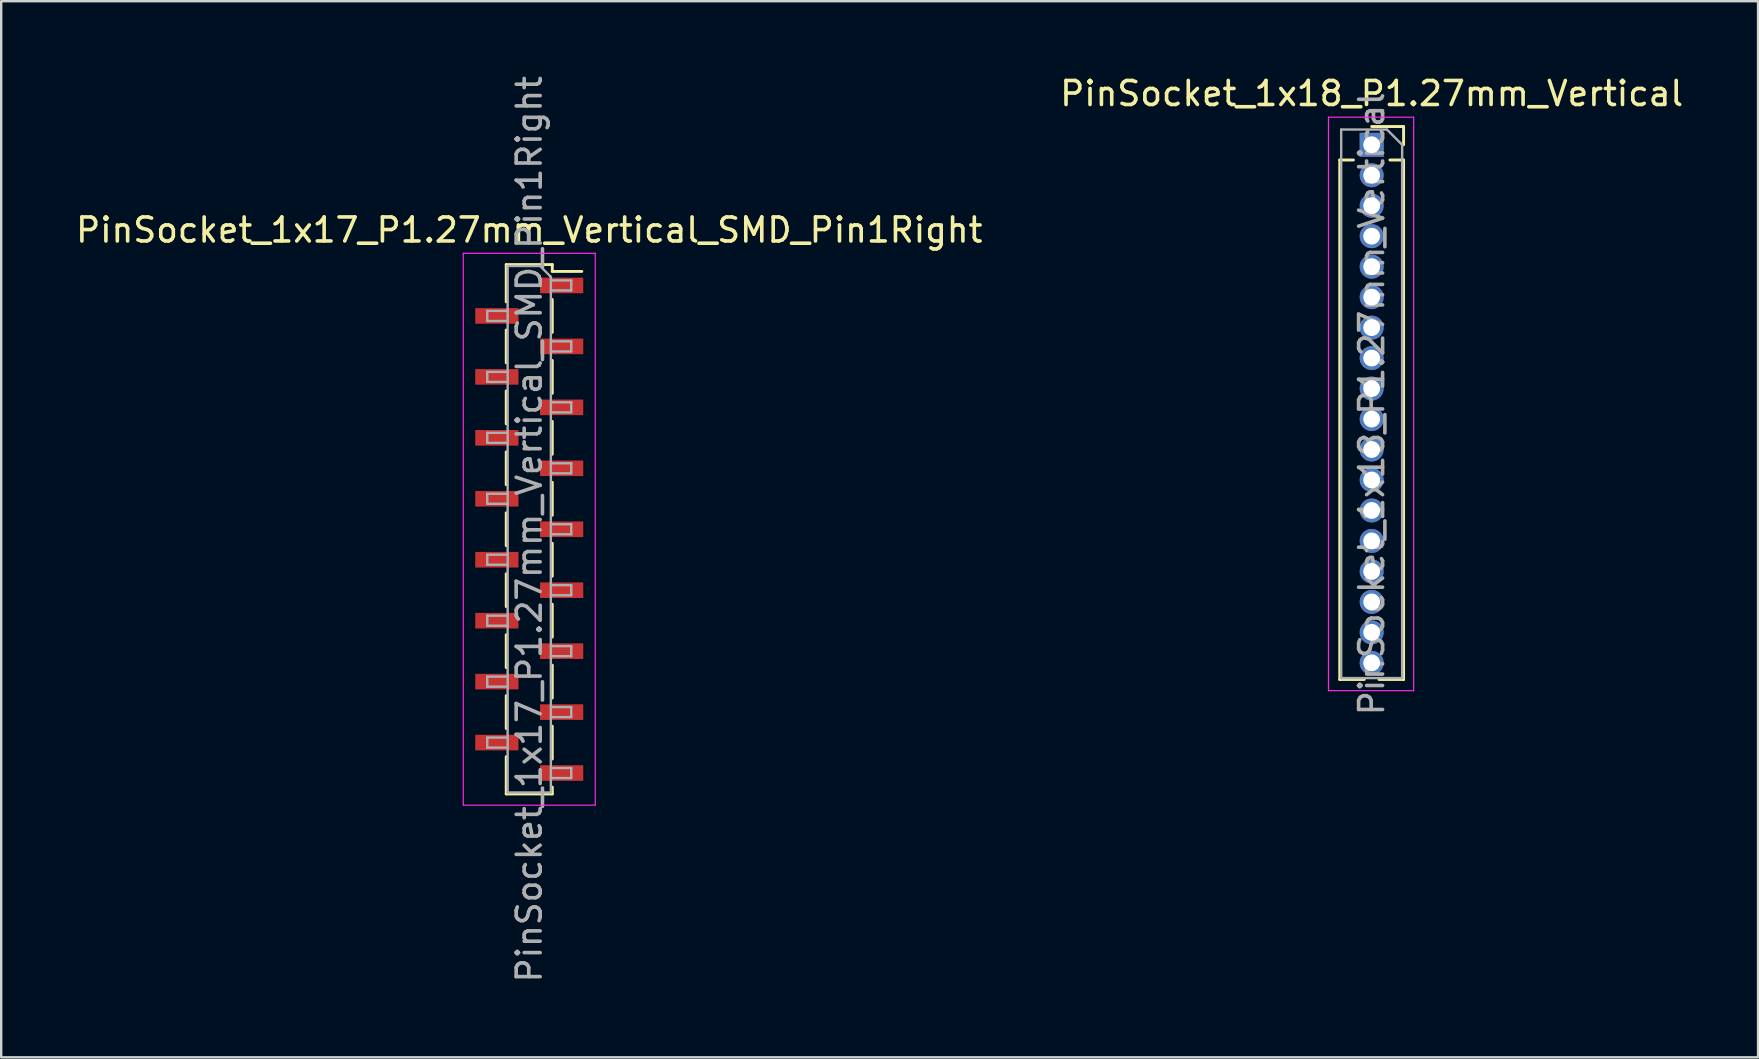
<source format=kicad_pcb>
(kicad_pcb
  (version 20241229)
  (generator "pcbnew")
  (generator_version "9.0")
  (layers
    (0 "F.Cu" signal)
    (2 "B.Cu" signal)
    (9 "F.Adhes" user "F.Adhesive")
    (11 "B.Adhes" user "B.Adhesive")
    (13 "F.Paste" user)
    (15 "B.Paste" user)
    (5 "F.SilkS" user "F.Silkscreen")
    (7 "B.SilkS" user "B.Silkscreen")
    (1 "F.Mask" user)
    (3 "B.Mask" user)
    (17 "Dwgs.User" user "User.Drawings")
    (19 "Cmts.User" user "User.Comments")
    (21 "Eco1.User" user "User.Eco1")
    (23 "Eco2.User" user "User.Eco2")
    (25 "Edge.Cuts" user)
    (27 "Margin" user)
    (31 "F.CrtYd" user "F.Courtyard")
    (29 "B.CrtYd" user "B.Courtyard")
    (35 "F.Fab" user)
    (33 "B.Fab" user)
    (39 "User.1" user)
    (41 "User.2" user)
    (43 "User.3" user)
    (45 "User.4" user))
  (footprint "PinSocket_1x18_P1.27mm_Vertical"
    (layer "F.Cu")
    (at 54.113 2.983)
    (property "Reference" "PinSocket_1x18_P1.27mm_Vertical" (at 0 -2.135 0) (layer "F.SilkS") (effects (font (size 1 1) (thickness 0.15))))
    (attr through_hole)
    (fp_line (start -1.33 0.635) (end -1.33 22.285) (stroke (width 0.12) (type solid)) (layer "F.SilkS"))
    (fp_line (start -1.33 0.635) (end -0.76 0.635) (stroke (width 0.12) (type solid)) (layer "F.SilkS"))
    (fp_line (start -1.33 22.285) (end -0.308 22.285) (stroke (width 0.12) (type solid)) (layer "F.SilkS"))
    (fp_line (start 0 -0.76) (end 1.33 -0.76) (stroke (width 0.12) (type solid)) (layer "F.SilkS"))
    (fp_line (start 0.308 22.285) (end 1.33 22.285) (stroke (width 0.12) (type solid)) (layer "F.SilkS"))
    (fp_line (start 0.76 0.635) (end 1.33 0.635) (stroke (width 0.12) (type solid)) (layer "F.SilkS"))
    (fp_line (start 1.33 -0.76) (end 1.33 0) (stroke (width 0.12) (type solid)) (layer "F.SilkS"))
    (fp_line (start 1.33 0.635) (end 1.33 22.285) (stroke (width 0.12) (type solid)) (layer "F.SilkS"))
    (fp_line (start -1.8 -1.15) (end 1.75 -1.15) (stroke (width 0.05) (type solid)) (layer "F.CrtYd"))
    (fp_line (start -1.8 22.75) (end -1.8 -1.15) (stroke (width 0.05) (type solid)) (layer "F.CrtYd"))
    (fp_line (start 1.75 -1.15) (end 1.75 22.75) (stroke (width 0.05) (type solid)) (layer "F.CrtYd"))
    (fp_line (start 1.75 22.75) (end -1.8 22.75) (stroke (width 0.05) (type solid)) (layer "F.CrtYd"))
    (fp_line (start -1.27 -0.635) (end 0.635 -0.635) (stroke (width 0.1) (type solid)) (layer "F.Fab"))
    (fp_line (start -1.27 22.225) (end -1.27 -0.635) (stroke (width 0.1) (type solid)) (layer "F.Fab"))
    (fp_line (start 0.635 -0.635) (end 1.27 0) (stroke (width 0.1) (type solid)) (layer "F.Fab"))
    (fp_line (start 1.27 0) (end 1.27 22.225) (stroke (width 0.1) (type solid)) (layer "F.Fab"))
    (fp_line (start 1.27 22.225) (end -1.27 22.225) (stroke (width 0.1) (type solid)) (layer "F.Fab"))
    (fp_text user "${REFERENCE}" (at 0 10.795 90) (layer "F.Fab") (effects (font (size 1 1) (thickness 0.15))))
    (pad "1" thru_hole rect (at 0 0) (size 1 1) (drill 0.7) (layers "*.Cu" "*.Mask"))
    (pad "2" thru_hole circle (at 0 1.27) (size 1 1) (drill 0.7) (layers "*.Cu" "*.Mask"))
    (pad "3" thru_hole circle (at 0 2.54) (size 1 1) (drill 0.7) (layers "*.Cu" "*.Mask"))
    (pad "4" thru_hole circle (at 0 3.81) (size 1 1) (drill 0.7) (layers "*.Cu" "*.Mask"))
    (pad "5" thru_hole circle (at 0 5.08) (size 1 1) (drill 0.7) (layers "*.Cu" "*.Mask"))
    (pad "6" thru_hole circle (at 0 6.35) (size 1 1) (drill 0.7) (layers "*.Cu" "*.Mask"))
    (pad "7" thru_hole circle (at 0 7.62) (size 1 1) (drill 0.7) (layers "*.Cu" "*.Mask"))
    (pad "8" thru_hole circle (at 0 8.89) (size 1 1) (drill 0.7) (layers "*.Cu" "*.Mask"))
    (pad "9" thru_hole circle (at 0 10.16) (size 1 1) (drill 0.7) (layers "*.Cu" "*.Mask"))
    (pad "10" thru_hole circle (at 0 11.43) (size 1 1) (drill 0.7) (layers "*.Cu" "*.Mask"))
    (pad "11" thru_hole circle (at 0 12.7) (size 1 1) (drill 0.7) (layers "*.Cu" "*.Mask"))
    (pad "12" thru_hole circle (at 0 13.97) (size 1 1) (drill 0.7) (layers "*.Cu" "*.Mask"))
    (pad "13" thru_hole circle (at 0 15.24) (size 1 1) (drill 0.7) (layers "*.Cu" "*.Mask"))
    (pad "14" thru_hole circle (at 0 16.51) (size 1 1) (drill 0.7) (layers "*.Cu" "*.Mask"))
    (pad "15" thru_hole circle (at 0 17.78) (size 1 1) (drill 0.7) (layers "*.Cu" "*.Mask"))
    (pad "16" thru_hole circle (at 0 19.05) (size 1 1) (drill 0.7) (layers "*.Cu" "*.Mask"))
    (pad "17" thru_hole circle (at 0 20.32) (size 1 1) (drill 0.7) (layers "*.Cu" "*.Mask"))
    (pad "18" thru_hole circle (at 0 21.59) (size 1 1) (drill 0.7) (layers "*.Cu" "*.Mask")))
  (footprint "PinSocket_1x17_P1.27mm_Vertical_SMD_Pin1Right"
    (layer "F.Cu")
    (at 19.006 19.006)
    (property "Reference" "PinSocket_1x17_P1.27mm_Vertical_SMD_Pin1Right" (at 0 -12.47 0) (layer "F.SilkS") (effects (font (size 1 1) (thickness 0.15))))
    (attr smd)
    (fp_line (start -0.96 -11.03) (end -0.96 -9.475) (stroke (width 0.12) (type solid)) (layer "F.SilkS"))
    (fp_line (start -0.96 -11.03) (end 0.96 -11.03) (stroke (width 0.12) (type solid)) (layer "F.SilkS"))
    (fp_line (start -0.96 -8.305) (end -0.96 -6.935) (stroke (width 0.12) (type solid)) (layer "F.SilkS"))
    (fp_line (start -0.96 -5.765) (end -0.96 -4.395) (stroke (width 0.12) (type solid)) (layer "F.SilkS"))
    (fp_line (start -0.96 -3.225) (end -0.96 -1.855) (stroke (width 0.12) (type solid)) (layer "F.SilkS"))
    (fp_line (start -0.96 -0.685) (end -0.96 0.685) (stroke (width 0.12) (type solid)) (layer "F.SilkS"))
    (fp_line (start -0.96 1.855) (end -0.96 3.225) (stroke (width 0.12) (type solid)) (layer "F.SilkS"))
    (fp_line (start -0.96 4.395) (end -0.96 5.765) (stroke (width 0.12) (type solid)) (layer "F.SilkS"))
    (fp_line (start -0.96 6.935) (end -0.96 8.305) (stroke (width 0.12) (type solid)) (layer "F.SilkS"))
    (fp_line (start -0.96 9.475) (end -0.96 11.03) (stroke (width 0.12) (type solid)) (layer "F.SilkS"))
    (fp_line (start -0.96 11.03) (end 0.96 11.03) (stroke (width 0.12) (type solid)) (layer "F.SilkS"))
    (fp_line (start 0.96 -11.03) (end 0.96 -10.745) (stroke (width 0.12) (type solid)) (layer "F.SilkS"))
    (fp_line (start 0.96 -10.745) (end 2.19 -10.745) (stroke (width 0.12) (type solid)) (layer "F.SilkS"))
    (fp_line (start 0.96 -9.575) (end 0.96 -8.205) (stroke (width 0.12) (type solid)) (layer "F.SilkS"))
    (fp_line (start 0.96 -7.035) (end 0.96 -5.665) (stroke (width 0.12) (type solid)) (layer "F.SilkS"))
    (fp_line (start 0.96 -4.495) (end 0.96 -3.125) (stroke (width 0.12) (type solid)) (layer "F.SilkS"))
    (fp_line (start 0.96 -1.955) (end 0.96 -0.585) (stroke (width 0.12) (type solid)) (layer "F.SilkS"))
    (fp_line (start 0.96 0.585) (end 0.96 1.955) (stroke (width 0.12) (type solid)) (layer "F.SilkS"))
    (fp_line (start 0.96 3.125) (end 0.96 4.495) (stroke (width 0.12) (type solid)) (layer "F.SilkS"))
    (fp_line (start 0.96 5.665) (end 0.96 7.035) (stroke (width 0.12) (type solid)) (layer "F.SilkS"))
    (fp_line (start 0.96 8.205) (end 0.96 9.575) (stroke (width 0.12) (type solid)) (layer "F.SilkS"))
    (fp_line (start 0.96 10.745) (end 0.96 11.03) (stroke (width 0.12) (type solid)) (layer "F.SilkS"))
    (fp_line (start -2.75 -11.5) (end 2.75 -11.5) (stroke (width 0.05) (type solid)) (layer "F.CrtYd"))
    (fp_line (start -2.75 11.5) (end -2.75 -11.5) (stroke (width 0.05) (type solid)) (layer "F.CrtYd"))
    (fp_line (start 2.75 -11.5) (end 2.75 11.5) (stroke (width 0.05) (type solid)) (layer "F.CrtYd"))
    (fp_line (start 2.75 11.5) (end -2.75 11.5) (stroke (width 0.05) (type solid)) (layer "F.CrtYd"))
    (fp_line (start -1.75 -9.1) (end -0.9 -9.1) (stroke (width 0.1) (type solid)) (layer "F.Fab"))
    (fp_line (start -1.75 -8.68) (end -1.75 -9.1) (stroke (width 0.1) (type solid)) (layer "F.Fab"))
    (fp_line (start -1.75 -6.56) (end -0.9 -6.56) (stroke (width 0.1) (type solid)) (layer "F.Fab"))
    (fp_line (start -1.75 -6.14) (end -1.75 -6.56) (stroke (width 0.1) (type solid)) (layer "F.Fab"))
    (fp_line (start -1.75 -4.02) (end -0.9 -4.02) (stroke (width 0.1) (type solid)) (layer "F.Fab"))
    (fp_line (start -1.75 -3.6) (end -1.75 -4.02) (stroke (width 0.1) (type solid)) (layer "F.Fab"))
    (fp_line (start -1.75 -1.48) (end -0.9 -1.48) (stroke (width 0.1) (type solid)) (layer "F.Fab"))
    (fp_line (start -1.75 -1.06) (end -1.75 -1.48) (stroke (width 0.1) (type solid)) (layer "F.Fab"))
    (fp_line (start -1.75 1.06) (end -0.9 1.06) (stroke (width 0.1) (type solid)) (layer "F.Fab"))
    (fp_line (start -1.75 1.48) (end -1.75 1.06) (stroke (width 0.1) (type solid)) (layer "F.Fab"))
    (fp_line (start -1.75 3.6) (end -0.9 3.6) (stroke (width 0.1) (type solid)) (layer "F.Fab"))
    (fp_line (start -1.75 4.02) (end -1.75 3.6) (stroke (width 0.1) (type solid)) (layer "F.Fab"))
    (fp_line (start -1.75 6.14) (end -0.9 6.14) (stroke (width 0.1) (type solid)) (layer "F.Fab"))
    (fp_line (start -1.75 6.56) (end -1.75 6.14) (stroke (width 0.1) (type solid)) (layer "F.Fab"))
    (fp_line (start -1.75 8.68) (end -0.9 8.68) (stroke (width 0.1) (type solid)) (layer "F.Fab"))
    (fp_line (start -1.75 9.1) (end -1.75 8.68) (stroke (width 0.1) (type solid)) (layer "F.Fab"))
    (fp_line (start -0.9 -10.97) (end 0.45 -10.97) (stroke (width 0.1) (type solid)) (layer "F.Fab"))
    (fp_line (start -0.9 -8.68) (end -1.75 -8.68) (stroke (width 0.1) (type solid)) (layer "F.Fab"))
    (fp_line (start -0.9 -6.14) (end -1.75 -6.14) (stroke (width 0.1) (type solid)) (layer "F.Fab"))
    (fp_line (start -0.9 -3.6) (end -1.75 -3.6) (stroke (width 0.1) (type solid)) (layer "F.Fab"))
    (fp_line (start -0.9 -1.06) (end -1.75 -1.06) (stroke (width 0.1) (type solid)) (layer "F.Fab"))
    (fp_line (start -0.9 1.48) (end -1.75 1.48) (stroke (width 0.1) (type solid)) (layer "F.Fab"))
    (fp_line (start -0.9 4.02) (end -1.75 4.02) (stroke (width 0.1) (type solid)) (layer "F.Fab"))
    (fp_line (start -0.9 6.56) (end -1.75 6.56) (stroke (width 0.1) (type solid)) (layer "F.Fab"))
    (fp_line (start -0.9 9.1) (end -1.75 9.1) (stroke (width 0.1) (type solid)) (layer "F.Fab"))
    (fp_line (start -0.9 10.97) (end -0.9 -10.97) (stroke (width 0.1) (type solid)) (layer "F.Fab"))
    (fp_line (start 0.45 -10.97) (end 0.9 -10.52) (stroke (width 0.1) (type solid)) (layer "F.Fab"))
    (fp_line (start 0.9 -10.52) (end 0.9 10.97) (stroke (width 0.1) (type solid)) (layer "F.Fab"))
    (fp_line (start 0.9 -10.37) (end 1.75 -10.37) (stroke (width 0.1) (type solid)) (layer "F.Fab"))
    (fp_line (start 0.9 -7.83) (end 1.75 -7.83) (stroke (width 0.1) (type solid)) (layer "F.Fab"))
    (fp_line (start 0.9 -5.29) (end 1.75 -5.29) (stroke (width 0.1) (type solid)) (layer "F.Fab"))
    (fp_line (start 0.9 -2.75) (end 1.75 -2.75) (stroke (width 0.1) (type solid)) (layer "F.Fab"))
    (fp_line (start 0.9 -0.21) (end 1.75 -0.21) (stroke (width 0.1) (type solid)) (layer "F.Fab"))
    (fp_line (start 0.9 2.33) (end 1.75 2.33) (stroke (width 0.1) (type solid)) (layer "F.Fab"))
    (fp_line (start 0.9 4.87) (end 1.75 4.87) (stroke (width 0.1) (type solid)) (layer "F.Fab"))
    (fp_line (start 0.9 7.41) (end 1.75 7.41) (stroke (width 0.1) (type solid)) (layer "F.Fab"))
    (fp_line (start 0.9 9.95) (end 1.75 9.95) (stroke (width 0.1) (type solid)) (layer "F.Fab"))
    (fp_line (start 0.9 10.97) (end -0.9 10.97) (stroke (width 0.1) (type solid)) (layer "F.Fab"))
    (fp_line (start 1.75 -10.37) (end 1.75 -9.95) (stroke (width 0.1) (type solid)) (layer "F.Fab"))
    (fp_line (start 1.75 -9.95) (end 0.9 -9.95) (stroke (width 0.1) (type solid)) (layer "F.Fab"))
    (fp_line (start 1.75 -7.83) (end 1.75 -7.41) (stroke (width 0.1) (type solid)) (layer "F.Fab"))
    (fp_line (start 1.75 -7.41) (end 0.9 -7.41) (stroke (width 0.1) (type solid)) (layer "F.Fab"))
    (fp_line (start 1.75 -5.29) (end 1.75 -4.87) (stroke (width 0.1) (type solid)) (layer "F.Fab"))
    (fp_line (start 1.75 -4.87) (end 0.9 -4.87) (stroke (width 0.1) (type solid)) (layer "F.Fab"))
    (fp_line (start 1.75 -2.75) (end 1.75 -2.33) (stroke (width 0.1) (type solid)) (layer "F.Fab"))
    (fp_line (start 1.75 -2.33) (end 0.9 -2.33) (stroke (width 0.1) (type solid)) (layer "F.Fab"))
    (fp_line (start 1.75 -0.21) (end 1.75 0.21) (stroke (width 0.1) (type solid)) (layer "F.Fab"))
    (fp_line (start 1.75 0.21) (end 0.9 0.21) (stroke (width 0.1) (type solid)) (layer "F.Fab"))
    (fp_line (start 1.75 2.33) (end 1.75 2.75) (stroke (width 0.1) (type solid)) (layer "F.Fab"))
    (fp_line (start 1.75 2.75) (end 0.9 2.75) (stroke (width 0.1) (type solid)) (layer "F.Fab"))
    (fp_line (start 1.75 4.87) (end 1.75 5.29) (stroke (width 0.1) (type solid)) (layer "F.Fab"))
    (fp_line (start 1.75 5.29) (end 0.9 5.29) (stroke (width 0.1) (type solid)) (layer "F.Fab"))
    (fp_line (start 1.75 7.41) (end 1.75 7.83) (stroke (width 0.1) (type solid)) (layer "F.Fab"))
    (fp_line (start 1.75 7.83) (end 0.9 7.83) (stroke (width 0.1) (type solid)) (layer "F.Fab"))
    (fp_line (start 1.75 9.95) (end 1.75 10.37) (stroke (width 0.1) (type solid)) (layer "F.Fab"))
    (fp_line (start 1.75 10.37) (end 0.9 10.37) (stroke (width 0.1) (type solid)) (layer "F.Fab"))
    (fp_text user "${REFERENCE}" (at 0 0 90) (layer "F.Fab") (effects (font (size 1 1) (thickness 0.15))))
    (pad "1" smd rect (at 1.35 -10.16) (size 1.8 0.65) (layers "F.Cu" "F.Mask" "F.Paste"))
    (pad "2" smd rect (at -1.35 -8.89) (size 1.8 0.65) (layers "F.Cu" "F.Mask" "F.Paste"))
    (pad "3" smd rect (at 1.35 -7.62) (size 1.8 0.65) (layers "F.Cu" "F.Mask" "F.Paste"))
    (pad "4" smd rect (at -1.35 -6.35) (size 1.8 0.65) (layers "F.Cu" "F.Mask" "F.Paste"))
    (pad "5" smd rect (at 1.35 -5.08) (size 1.8 0.65) (layers "F.Cu" "F.Mask" "F.Paste"))
    (pad "6" smd rect (at -1.35 -3.81) (size 1.8 0.65) (layers "F.Cu" "F.Mask" "F.Paste"))
    (pad "7" smd rect (at 1.35 -2.54) (size 1.8 0.65) (layers "F.Cu" "F.Mask" "F.Paste"))
    (pad "8" smd rect (at -1.35 -1.27) (size 1.8 0.65) (layers "F.Cu" "F.Mask" "F.Paste"))
    (pad "9" smd rect (at 1.35 0) (size 1.8 0.65) (layers "F.Cu" "F.Mask" "F.Paste"))
    (pad "10" smd rect (at -1.35 1.27) (size 1.8 0.65) (layers "F.Cu" "F.Mask" "F.Paste"))
    (pad "11" smd rect (at 1.35 2.54) (size 1.8 0.65) (layers "F.Cu" "F.Mask" "F.Paste"))
    (pad "12" smd rect (at -1.35 3.81) (size 1.8 0.65) (layers "F.Cu" "F.Mask" "F.Paste"))
    (pad "13" smd rect (at 1.35 5.08) (size 1.8 0.65) (layers "F.Cu" "F.Mask" "F.Paste"))
    (pad "14" smd rect (at -1.35 6.35) (size 1.8 0.65) (layers "F.Cu" "F.Mask" "F.Paste"))
    (pad "15" smd rect (at 1.35 7.62) (size 1.8 0.65) (layers "F.Cu" "F.Mask" "F.Paste"))
    (pad "16" smd rect (at -1.35 8.89) (size 1.8 0.65) (layers "F.Cu" "F.Mask" "F.Paste"))
    (pad "17" smd rect (at 1.35 10.16) (size 1.8 0.65) (layers "F.Cu" "F.Mask" "F.Paste")))
  (gr_rect
    (start -3 -3)
    (end 70.214 41.012)
    (stroke (width 0.1) (type default))
    (fill no)
    (layer "Edge.Cuts")))
</source>
